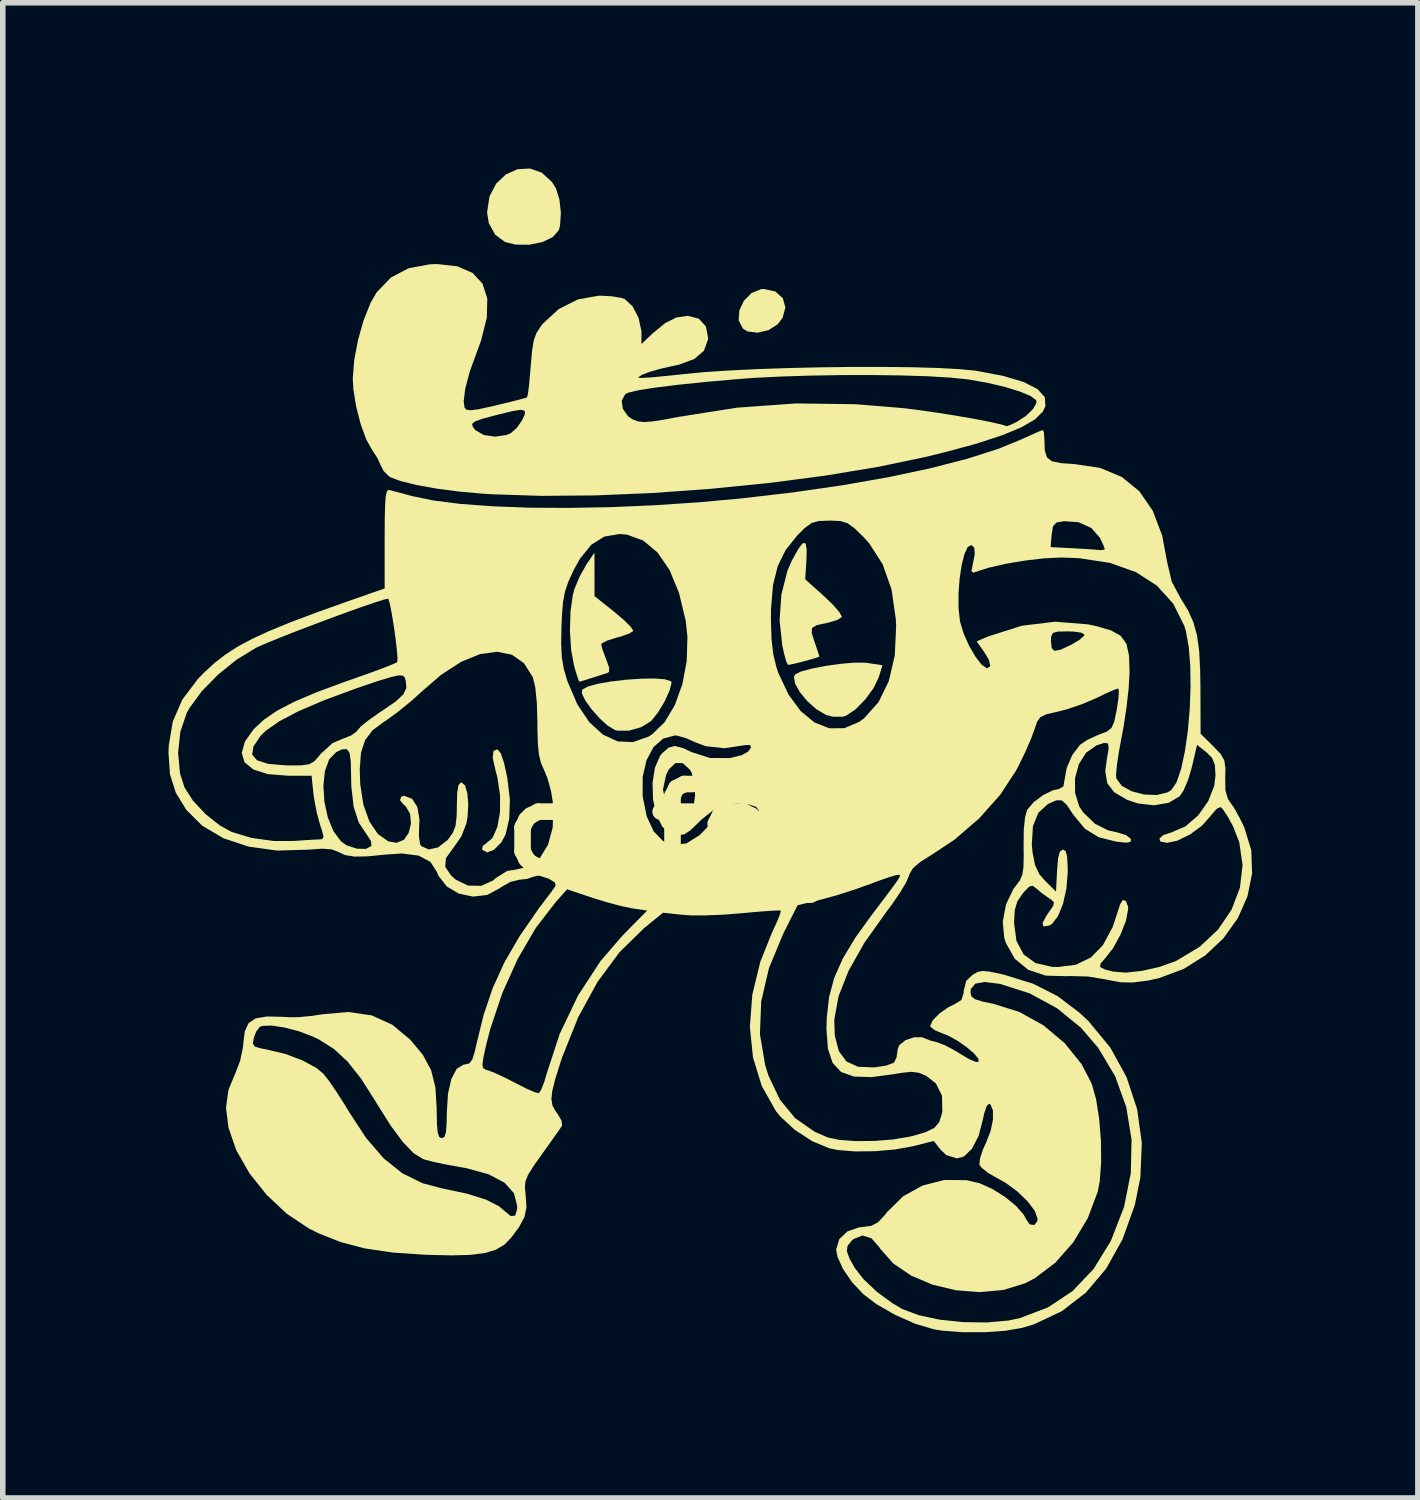
<source format=kicad_pcb>
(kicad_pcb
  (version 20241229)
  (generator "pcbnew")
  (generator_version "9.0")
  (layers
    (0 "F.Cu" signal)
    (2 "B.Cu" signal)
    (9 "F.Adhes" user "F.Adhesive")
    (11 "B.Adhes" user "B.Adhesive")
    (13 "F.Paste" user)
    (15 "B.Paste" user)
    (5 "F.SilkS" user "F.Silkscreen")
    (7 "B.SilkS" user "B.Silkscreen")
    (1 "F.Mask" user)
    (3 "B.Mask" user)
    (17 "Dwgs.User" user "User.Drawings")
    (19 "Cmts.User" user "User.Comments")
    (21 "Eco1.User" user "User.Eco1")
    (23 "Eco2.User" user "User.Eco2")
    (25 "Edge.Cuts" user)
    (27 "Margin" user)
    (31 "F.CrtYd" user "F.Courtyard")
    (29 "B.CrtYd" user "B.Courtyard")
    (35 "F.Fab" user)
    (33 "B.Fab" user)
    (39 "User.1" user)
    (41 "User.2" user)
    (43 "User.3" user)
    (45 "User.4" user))
  (footprint "cafege"
    (layer "F.Cu")
    (at 9.838 11.964)
    (property "Reference" "cafege" (at 0 0 0) (layer "F.SilkS") (effects (font (size 1.5 1.5) (thickness 0.3))))
    (attr board_only exclude_from_pos_files exclude_from_bom)
    (fp_poly (pts (xy 1.148 -9.737) (xy 1.282 -9.616) (xy 1.329 -9.448) (xy 1.278 -9.261) (xy 1.188 -9.142) (xy 1.022 -9.037) (xy 0.826 -8.992) (xy 0.645 -9.014) (xy 0.559 -9.066) (xy 0.483 -9.217) (xy 0.496 -9.396) (xy 0.579 -9.571) (xy 0.717 -9.71) (xy 0.891 -9.78) (xy 0.937 -9.783)) (stroke (width 0) (type solid)) (fill yes) (layer "F.SilkS"))
    (fp_poly (pts (xy -3.082 -11.889) (xy -2.896 -11.719) (xy -2.825 -11.606) (xy -2.762 -11.406) (xy -2.735 -11.16) (xy -2.75 -10.931) (xy -2.772 -10.849) (xy -2.879 -10.724) (xy -3.069 -10.632) (xy -3.306 -10.584) (xy -3.553 -10.586) (xy -3.746 -10.633) (xy -3.925 -10.766) (xy -4.04 -10.976) (xy -4.071 -11.17) (xy -4.026 -11.46) (xy -3.905 -11.692) (xy -3.729 -11.858) (xy -3.519 -11.951) (xy -3.296 -11.964)) (stroke (width 0) (type solid)) (fill yes) (layer "F.SilkS"))
    (fp_poly (pts (xy 2.811 -3.013) (xy 3.086 -2.972) (xy 3.02 -2.756) (xy 2.926 -2.559) (xy 2.777 -2.355) (xy 2.604 -2.178) (xy 2.437 -2.063) (xy 2.37 -2.04) (xy 2.193 -2.04) (xy 2.066 -2.072) (xy 1.893 -2.173) (xy 1.728 -2.319) (xy 1.592 -2.483) (xy 1.504 -2.64) (xy 1.484 -2.764) (xy 1.505 -2.805) (xy 1.61 -2.858) (xy 1.803 -2.91) (xy 2.048 -2.958) (xy 2.313 -2.996) (xy 2.562 -3.018) (xy 2.763 -3.018)) (stroke (width 0) (type solid)) (fill yes) (layer "F.SilkS"))
    (fp_poly (pts (xy -3.821 -1.375) (xy -3.762 -1.197) (xy -3.704 -0.928) (xy -3.658 -0.541) (xy -3.67 -0.193) (xy -3.735 0.09) (xy -3.811 0.232) (xy -3.945 0.368) (xy -4.069 0.417) (xy -4.159 0.37) (xy -4.161 0.368) (xy -4.149 0.296) (xy -4.103 0.266) (xy -3.974 0.155) (xy -3.884 -0.046) (xy -3.837 -0.314) (xy -3.836 -0.622) (xy -3.885 -0.945) (xy -3.918 -1.068) (xy -3.968 -1.29) (xy -3.956 -1.413) (xy -3.945 -1.426) (xy -3.881 -1.449)) (stroke (width 0) (type solid)) (fill yes) (layer "F.SilkS"))
    (fp_poly (pts (xy -0.856 -2.718) (xy -0.747 -2.685) (xy -0.731 -2.658) (xy -0.767 -2.514) (xy -0.855 -2.321) (xy -0.971 -2.126) (xy -1.09 -1.974) (xy -1.107 -1.957) (xy -1.286 -1.849) (xy -1.506 -1.787) (xy -1.71 -1.787) (xy -1.762 -1.802) (xy -1.893 -1.883) (xy -2.039 -2.016) (xy -2.179 -2.175) (xy -2.292 -2.332) (xy -2.355 -2.461) (xy -2.35 -2.531) (xy -2.243 -2.588) (xy -2.056 -2.638) (xy -1.817 -2.679) (xy -1.551 -2.71) (xy -1.284 -2.728) (xy -1.044 -2.732)) (stroke (width 0) (type solid)) (fill yes) (layer "F.SilkS"))
    (fp_poly (pts (xy 1.696 -5.178) (xy 1.715 -5.058) (xy 1.71 -4.877) (xy 1.688 -4.527) (xy 2.037 -4.215) (xy 2.197 -4.06) (xy 2.308 -3.93) (xy 2.35 -3.851) (xy 2.348 -3.842) (xy 2.268 -3.792) (xy 2.119 -3.746) (xy 2.082 -3.738) (xy 1.898 -3.698) (xy 1.812 -3.647) (xy 1.806 -3.554) (xy 1.857 -3.394) (xy 1.91 -3.239) (xy 1.941 -3.142) (xy 1.944 -3.129) (xy 1.893 -3.108) (xy 1.766 -3.071) (xy 1.609 -3.029) (xy 1.466 -2.994) (xy 1.379 -2.978) (xy 1.375 -2.978) (xy 1.348 -3.032) (xy 1.308 -3.172) (xy 1.273 -3.327) (xy 1.224 -3.785) (xy 1.256 -4.25) (xy 1.365 -4.679) (xy 1.44 -4.854) (xy 1.562 -5.076) (xy 1.646 -5.184)) (stroke (width 0) (type solid)) (fill yes) (layer "F.SilkS"))
    (fp_poly (pts (xy -2.126 -4.617) (xy -2.126 -4.223) (xy -1.76 -3.932) (xy -1.591 -3.788) (xy -1.472 -3.669) (xy -1.424 -3.597) (xy -1.425 -3.59) (xy -1.498 -3.546) (xy -1.647 -3.493) (xy -1.731 -3.47) (xy -1.893 -3.419) (xy -1.991 -3.369) (xy -2.005 -3.349) (xy -1.984 -3.263) (xy -1.93 -3.116) (xy -1.913 -3.075) (xy -1.86 -2.924) (xy -1.865 -2.85) (xy -1.898 -2.83) (xy -2.005 -2.796) (xy -2.165 -2.745) (xy -2.181 -2.74) (xy -2.321 -2.696) (xy -2.398 -2.674) (xy -2.401 -2.674) (xy -2.424 -2.726) (xy -2.467 -2.861) (xy -2.496 -2.962) (xy -2.55 -3.252) (xy -2.571 -3.596) (xy -2.561 -3.944) (xy -2.519 -4.245) (xy -2.492 -4.345) (xy -2.401 -4.565) (xy -2.283 -4.779) (xy -2.27 -4.799) (xy -2.127 -5.011)) (stroke (width 0) (type solid)) (fill yes) (layer "F.SilkS"))
    (fp_poly (pts (xy -4.608 -10.193) (xy -4.334 -10.074) (xy -4.153 -9.879) (xy -4.067 -9.609) (xy -4.075 -9.266) (xy -4.179 -8.851) (xy -4.25 -8.658) (xy -4.384 -8.289) (xy -4.466 -7.98) (xy -4.495 -7.748) (xy -4.478 -7.635) (xy -4.445 -7.598) (xy -4.37 -7.587) (xy -4.231 -7.605) (xy -4.004 -7.654) (xy -3.909 -7.676) (xy -3.669 -7.734) (xy -3.554 -7.763) (xy -1.634 -7.763) (xy -1.614 -7.615) (xy -1.52 -7.479) (xy -1.436 -7.422) (xy -1.342 -7.387) (xy -1.235 -7.374) (xy -1.085 -7.384) (xy -0.867 -7.418) (xy -0.615 -7.466) (xy 0.459 -7.635) (xy 1.519 -7.711) (xy 2.601 -7.697) (xy 3.464 -7.626) (xy 3.765 -7.588) (xy 4.098 -7.54) (xy 4.438 -7.486) (xy 4.758 -7.43) (xy 5.032 -7.377) (xy 5.235 -7.331) (xy 5.335 -7.3) (xy 5.396 -7.319) (xy 5.516 -7.376) (xy 5.518 -7.377) (xy 5.685 -7.486) (xy 5.812 -7.61) (xy 5.874 -7.721) (xy 5.869 -7.77) (xy 5.771 -7.844) (xy 5.577 -7.925) (xy 5.313 -8.007) (xy 5.001 -8.081) (xy 4.668 -8.141) (xy 4.618 -8.148) (xy 4.31 -8.179) (xy 3.904 -8.203) (xy 3.424 -8.218) (xy 2.894 -8.225) (xy 2.339 -8.224) (xy 1.781 -8.215) (xy 1.245 -8.198) (xy 0.755 -8.173) (xy 0.486 -8.153) (xy -0.119 -8.1) (xy -0.627 -8.047) (xy -1.032 -7.997) (xy -1.328 -7.95) (xy -1.512 -7.907) (xy -1.568 -7.881) (xy -1.634 -7.763) (xy -3.554 -7.763) (xy -3.479 -7.782) (xy -3.365 -7.814) (xy -3.347 -7.821) (xy -3.331 -7.886) (xy -3.311 -8.044) (xy -3.291 -8.266) (xy -3.281 -8.386) (xy -3.257 -8.66) (xy -3.227 -8.847) (xy -3.179 -8.982) (xy -3.104 -9.1) (xy -3.064 -9.152) (xy -2.775 -9.419) (xy -2.427 -9.594) (xy -2.049 -9.661) (xy -2.017 -9.662) (xy -1.81 -9.65) (xy -1.638 -9.621) (xy -1.577 -9.599) (xy -1.436 -9.467) (xy -1.329 -9.26) (xy -1.278 -9.027) (xy -1.276 -8.984) (xy -1.276 -8.787) (xy -1.079 -8.974) (xy -0.847 -9.166) (xy -0.641 -9.268) (xy -0.439 -9.297) (xy -0.24 -9.246) (xy -0.11 -9.106) (xy -0.07 -8.899) (xy -0.072 -8.868) (xy -0.145 -8.665) (xy -0.322 -8.514) (xy -0.607 -8.41) (xy -0.699 -8.391) (xy -0.926 -8.34) (xy -1.126 -8.283) (xy -1.27 -8.228) (xy -1.331 -8.185) (xy -1.329 -8.175) (xy -1.263 -8.173) (xy -1.099 -8.183) (xy -0.862 -8.205) (xy -0.573 -8.235) (xy -0.515 -8.242) (xy -0.138 -8.278) (xy 0.32 -8.308) (xy 0.838 -8.333) (xy 1.396 -8.352) (xy 1.975 -8.365) (xy 2.554 -8.372) (xy 3.114 -8.372) (xy 3.635 -8.366) (xy 4.096 -8.353) (xy 4.479 -8.332) (xy 4.762 -8.305) (xy 4.79 -8.301) (xy 5.274 -8.209) (xy 5.642 -8.099) (xy 5.893 -7.971) (xy 6.024 -7.826) (xy 6.037 -7.664) (xy 5.989 -7.562) (xy 5.847 -7.422) (xy 5.603 -7.28) (xy 5.253 -7.135) (xy 4.792 -6.984) (xy 4.216 -6.828) (xy 3.865 -6.742) (xy 2.998 -6.561) (xy 2.042 -6.403) (xy 1.024 -6.27) (xy -0.027 -6.165) (xy -1.083 -6.089) (xy -2.114 -6.046) (xy -3.092 -6.038) (xy -3.989 -6.067) (xy -4.132 -6.076) (xy -4.572 -6.115) (xy -4.986 -6.169) (xy -5.352 -6.235) (xy -5.643 -6.307) (xy -5.834 -6.38) (xy -5.943 -6.486) (xy -5.99 -6.578) (xy -6.06 -6.729) (xy -6.146 -6.86) (xy -6.256 -7.056) (xy -6.358 -7.333) (xy -6.36 -7.341) (xy -4.342 -7.341) (xy -4.329 -7.287) (xy -4.279 -7.225) (xy -4.131 -7.14) (xy -3.926 -7.11) (xy -3.718 -7.14) (xy -3.643 -7.172) (xy -3.532 -7.269) (xy -3.432 -7.415) (xy -3.386 -7.52) (xy -3.389 -7.579) (xy -3.459 -7.596) (xy -3.612 -7.572) (xy -3.862 -7.511) (xy -3.91 -7.499) (xy -4.15 -7.435) (xy -4.288 -7.386) (xy -4.342 -7.341) (xy -6.36 -7.341) (xy -6.44 -7.65) (xy -6.491 -7.966) (xy -6.502 -8.16) (xy -6.476 -8.493) (xy -6.407 -8.86) (xy -6.305 -9.219) (xy -6.181 -9.529) (xy -6.071 -9.721) (xy -5.812 -9.99) (xy -5.493 -10.158) (xy -5.106 -10.23) (xy -4.975 -10.234)) (stroke (width 0) (type solid)) (fill yes) (layer "F.SilkS"))
    (fp_poly (pts (xy 6.01 -7.179) (xy 6.017 -7.064) (xy 6.025 -6.86) (xy 6.064 -6.733) (xy 6.157 -6.663) (xy 6.328 -6.629) (xy 6.555 -6.614) (xy 7.024 -6.545) (xy 7.417 -6.381) (xy 7.735 -6.123) (xy 7.979 -5.769) (xy 8.15 -5.319) (xy 8.242 -4.828) (xy 8.323 -4.485) (xy 8.485 -4.181) (xy 8.62 -3.961) (xy 8.716 -3.746) (xy 8.781 -3.51) (xy 8.82 -3.225) (xy 8.838 -2.865) (xy 8.842 -2.552) (xy 8.845 -1.732) (xy 9.075 -1.506) (xy 9.209 -1.365) (xy 9.275 -1.248) (xy 9.295 -1.104) (xy 9.291 -0.945) (xy 9.295 -0.704) (xy 9.34 -0.55) (xy 9.374 -0.501) (xy 9.452 -0.389) (xy 9.553 -0.207) (xy 9.636 -0.037) (xy 9.762 0.374) (xy 9.778 0.795) (xy 9.694 1.211) (xy 9.519 1.607) (xy 9.261 1.968) (xy 8.932 2.279) (xy 8.539 2.526) (xy 8.092 2.693) (xy 7.893 2.736) (xy 7.621 2.771) (xy 7.399 2.767) (xy 7.163 2.724) (xy 7.129 2.716) (xy 6.805 2.663) (xy 6.477 2.654) (xy 6.433 2.657) (xy 6.043 2.647) (xy 5.725 2.541) (xy 5.483 2.343) (xy 5.32 2.055) (xy 5.291 1.963) (xy 5.266 1.693) (xy 5.469 1.693) (xy 5.512 2.02) (xy 5.642 2.263) (xy 5.857 2.419) (xy 6.157 2.488) (xy 6.258 2.491) (xy 6.586 2.45) (xy 6.857 2.32) (xy 7.077 2.095) (xy 7.254 1.766) (xy 7.39 1.352) (xy 7.438 1.277) (xy 7.495 1.298) (xy 7.531 1.398) (xy 7.534 1.443) (xy 7.495 1.651) (xy 7.397 1.901) (xy 7.263 2.146) (xy 7.127 2.322) (xy 7.035 2.428) (xy 7.026 2.491) (xy 7.112 2.535) (xy 7.261 2.574) (xy 7.49 2.592) (xy 7.784 2.561) (xy 8.098 2.49) (xy 8.389 2.386) (xy 8.416 2.373) (xy 8.83 2.124) (xy 9.163 1.811) (xy 9.407 1.45) (xy 9.557 1.056) (xy 9.605 0.645) (xy 9.545 0.232) (xy 9.433 -0.056) (xy 9.335 -0.234) (xy 9.251 -0.361) (xy 9.206 -0.405) (xy 9.137 -0.372) (xy 9.043 -0.267) (xy 9.024 -0.239) (xy 8.866 -0.064) (xy 8.652 0.093) (xy 8.424 0.204) (xy 8.239 0.243) (xy 8.119 0.22) (xy 8.099 0.166) (xy 8.171 0.103) (xy 8.317 0.054) (xy 8.57 -0.054) (xy 8.8 -0.252) (xy 8.982 -0.509) (xy 9.093 -0.794) (xy 9.115 -0.977) (xy 9.103 -1.172) (xy 9.052 -1.296) (xy 8.948 -1.399) (xy 8.781 -1.531) (xy 8.688 -1.13) (xy 8.618 -0.894) (xy 8.534 -0.699) (xy 8.467 -0.601) (xy 8.269 -0.482) (xy 8.006 -0.437) (xy 7.715 -0.469) (xy 7.514 -0.536) (xy 7.282 -0.672) (xy 7.154 -0.837) (xy 7.12 -1.058) (xy 7.149 -1.279) (xy 7.181 -1.467) (xy 7.17 -1.556) (xy 7.098 -1.566) (xy 6.962 -1.521) (xy 6.773 -1.389) (xy 6.641 -1.18) (xy 6.572 -0.926) (xy 6.573 -0.66) (xy 6.649 -0.415) (xy 6.721 -0.307) (xy 6.935 -0.101) (xy 7.172 0.017) (xy 7.348 0.057) (xy 7.495 0.103) (xy 7.58 0.169) (xy 7.584 0.177) (xy 7.578 0.226) (xy 7.501 0.24) (xy 7.33 0.223) (xy 7.325 0.223) (xy 6.999 0.141) (xy 6.748 -0.015) (xy 6.54 -0.267) (xy 6.53 -0.283) (xy 6.417 -0.451) (xy 6.329 -0.527) (xy 6.231 -0.526) (xy 6.088 -0.462) (xy 6.079 -0.457) (xy 5.908 -0.302) (xy 5.81 -0.057) (xy 5.79 0.268) (xy 5.802 0.41) (xy 5.848 0.645) (xy 5.927 0.812) (xy 6.037 0.937) (xy 6.228 1.124) (xy 6.247 0.744) (xy 6.265 0.522) (xy 6.298 0.402) (xy 6.35 0.365) (xy 6.353 0.365) (xy 6.402 0.393) (xy 6.429 0.491) (xy 6.439 0.681) (xy 6.44 0.775) (xy 6.416 1.074) (xy 6.354 1.349) (xy 6.263 1.572) (xy 6.153 1.713) (xy 6.107 1.74) (xy 6.001 1.757) (xy 5.984 1.695) (xy 6.057 1.558) (xy 6.086 1.516) (xy 6.174 1.389) (xy 6.192 1.321) (xy 6.144 1.273) (xy 6.112 1.253) (xy 5.972 1.154) (xy 5.887 1.082) (xy 5.811 1.022) (xy 5.747 1.032) (xy 5.656 1.124) (xy 5.624 1.162) (xy 5.528 1.302) (xy 5.482 1.458) (xy 5.469 1.682) (xy 5.469 1.693) (xy 5.266 1.693) (xy 5.264 1.67) (xy 5.323 1.358) (xy 5.455 1.081) (xy 5.502 1.019) (xy 5.575 0.921) (xy 5.619 0.818) (xy 5.639 0.678) (xy 5.643 0.468) (xy 5.641 0.314) (xy 5.644 0.009) (xy 5.668 -0.224) (xy 5.705 -0.353) (xy 5.821 -0.491) (xy 5.993 -0.62) (xy 6.173 -0.709) (xy 6.274 -0.729) (xy 6.36 -0.774) (xy 6.38 -0.883) (xy 6.421 -1.112) (xy 6.524 -1.35) (xy 6.662 -1.531) (xy 6.665 -1.534) (xy 6.8 -1.623) (xy 6.984 -1.708) (xy 7.022 -1.722) (xy 7.155 -1.774) (xy 7.233 -1.839) (xy 7.282 -1.95) (xy 7.322 -2.141) (xy 7.329 -2.178) (xy 7.358 -2.372) (xy 7.366 -2.507) (xy 7.354 -2.552) (xy 7.281 -2.527) (xy 7.133 -2.462) (xy 6.952 -2.375) (xy 6.696 -2.266) (xy 6.418 -2.172) (xy 6.253 -2.13) (xy 6.058 -2.086) (xy 5.948 -2.035) (xy 5.885 -1.949) (xy 5.837 -1.805) (xy 5.772 -1.631) (xy 5.668 -1.394) (xy 5.544 -1.139) (xy 5.509 -1.072) (xy 5.218 -0.627) (xy 4.836 -0.198) (xy 4.39 0.186) (xy 4 0.445) (xy 3.773 0.587) (xy 3.637 0.704) (xy 3.573 0.813) (xy 3.566 0.841) (xy 3.515 0.959) (xy 3.406 1.141) (xy 3.257 1.359) (xy 3.159 1.49) (xy 2.762 2.048) (xy 2.474 2.557) (xy 2.291 3.021) (xy 2.214 3.444) (xy 2.223 3.732) (xy 2.297 4.014) (xy 2.435 4.201) (xy 2.646 4.297) (xy 2.938 4.308) (xy 3.152 4.276) (xy 3.294 4.223) (xy 3.342 4.127) (xy 3.343 4.109) (xy 3.365 3.969) (xy 3.39 3.907) (xy 3.501 3.817) (xy 3.66 3.762) (xy 3.805 3.763) (xy 3.827 3.772) (xy 3.958 3.823) (xy 4.075 3.853) (xy 4.215 3.906) (xy 4.399 4.003) (xy 4.498 4.065) (xy 4.658 4.16) (xy 4.781 4.209) (xy 4.824 4.208) (xy 4.824 4.152) (xy 4.744 4.056) (xy 4.61 3.941) (xy 4.447 3.827) (xy 4.281 3.735) (xy 4.182 3.696) (xy 4.035 3.636) (xy 3.955 3.572) (xy 3.95 3.556) (xy 3.999 3.452) (xy 4.122 3.329) (xy 4.283 3.217) (xy 4.39 3.165) (xy 4.516 3.087) (xy 4.557 2.955) (xy 4.557 2.92) (xy 4.603 2.741) (xy 4.715 2.634) (xy 4.805 2.582) (xy 4.896 2.562) (xy 5.021 2.573) (xy 5.218 2.614) (xy 5.296 2.633) (xy 5.813 2.793) (xy 6.254 3.016) (xy 6.657 3.321) (xy 6.815 3.47) (xy 7.209 3.946) (xy 7.504 4.482) (xy 7.696 5.063) (xy 7.781 5.674) (xy 7.755 6.301) (xy 7.655 6.797) (xy 7.432 7.42) (xy 7.136 7.95) (xy 6.769 8.385) (xy 6.333 8.721) (xy 5.83 8.958) (xy 5.619 9.022) (xy 5.312 9.075) (xy 4.936 9.102) (xy 4.539 9.102) (xy 4.172 9.074) (xy 4.017 9.049) (xy 3.683 8.95) (xy 3.32 8.79) (xy 2.979 8.595) (xy 2.738 8.412) (xy 2.535 8.195) (xy 2.372 7.957) (xy 2.271 7.735) (xy 2.253 7.634) (xy 2.441 7.634) (xy 2.489 7.767) (xy 2.582 7.934) (xy 2.745 8.144) (xy 2.983 8.368) (xy 3.259 8.572) (xy 3.445 8.682) (xy 3.744 8.794) (xy 4.123 8.875) (xy 4.545 8.919) (xy 4.972 8.925) (xy 5.366 8.89) (xy 5.569 8.848) (xy 6.084 8.652) (xy 6.529 8.355) (xy 6.906 7.959) (xy 7.212 7.464) (xy 7.226 7.436) (xy 7.46 6.832) (xy 7.582 6.22) (xy 7.595 5.613) (xy 7.499 5.024) (xy 7.297 4.466) (xy 6.991 3.953) (xy 6.678 3.589) (xy 6.249 3.239) (xy 5.754 2.969) (xy 5.23 2.801) (xy 5.208 2.796) (xy 4.938 2.762) (xy 4.767 2.792) (xy 4.687 2.888) (xy 4.679 2.951) (xy 4.696 3.022) (xy 4.762 3.074) (xy 4.904 3.118) (xy 5.101 3.159) (xy 5.565 3.304) (xy 6.001 3.547) (xy 6.384 3.868) (xy 6.692 4.25) (xy 6.873 4.601) (xy 6.953 4.881) (xy 7.009 5.238) (xy 7.041 5.633) (xy 7.045 6.022) (xy 7.02 6.365) (xy 6.984 6.556) (xy 6.803 7.037) (xy 6.541 7.474) (xy 6.216 7.843) (xy 5.844 8.125) (xy 5.664 8.218) (xy 5.275 8.337) (xy 4.849 8.376) (xy 4.413 8.342) (xy 3.989 8.24) (xy 3.604 8.076) (xy 3.281 7.857) (xy 3.045 7.589) (xy 3.028 7.562) (xy 2.886 7.401) (xy 2.725 7.351) (xy 2.563 7.415) (xy 2.526 7.448) (xy 2.454 7.539) (xy 2.441 7.634) (xy 2.253 7.634) (xy 2.248 7.605) (xy 2.304 7.417) (xy 2.453 7.276) (xy 2.67 7.202) (xy 2.723 7.197) (xy 2.884 7.176) (xy 3.003 7.114) (xy 3.126 6.984) (xy 3.173 6.923) (xy 3.461 6.641) (xy 3.814 6.446) (xy 4.205 6.346) (xy 4.607 6.349) (xy 4.845 6.405) (xy 5.075 6.508) (xy 5.307 6.654) (xy 5.508 6.819) (xy 5.646 6.978) (xy 5.682 7.05) (xy 5.75 7.149) (xy 5.834 7.162) (xy 5.89 7.091) (xy 5.894 7.049) (xy 5.845 6.907) (xy 5.714 6.733) (xy 5.528 6.554) (xy 5.312 6.395) (xy 5.17 6.316) (xy 4.997 6.218) (xy 4.875 6.119) (xy 4.841 6.067) (xy 4.852 5.956) (xy 4.909 5.785) (xy 4.962 5.67) (xy 5.043 5.462) (xy 5.086 5.256) (xy 5.086 5.085) (xy 5.043 4.981) (xy 5.015 4.966) (xy 4.971 5.012) (xy 4.927 5.143) (xy 4.907 5.24) (xy 4.827 5.548) (xy 4.707 5.781) (xy 4.56 5.921) (xy 4.434 5.955) (xy 4.244 5.897) (xy 4.139 5.798) (xy 4.015 5.64) (xy 3.629 5.737) (xy 3.312 5.794) (xy 2.953 5.825) (xy 2.594 5.829) (xy 2.28 5.804) (xy 2.125 5.773) (xy 1.814 5.643) (xy 1.501 5.44) (xy 1.238 5.198) (xy 1.159 5.101) (xy 0.901 4.643) (xy 0.743 4.13) (xy 0.699 3.704) (xy 0.868 3.704) (xy 0.964 4.271) (xy 1.023 4.457) (xy 1.228 4.889) (xy 1.503 5.224) (xy 1.855 5.471) (xy 2.096 5.576) (xy 2.31 5.621) (xy 2.603 5.642) (xy 2.938 5.639) (xy 3.274 5.613) (xy 3.574 5.563) (xy 3.617 5.553) (xy 3.867 5.481) (xy 4.024 5.404) (xy 4.113 5.301) (xy 4.161 5.149) (xy 4.17 5.095) (xy 4.164 4.82) (xy 4.054 4.599) (xy 3.879 4.461) (xy 3.748 4.406) (xy 3.615 4.388) (xy 3.435 4.406) (xy 3.307 4.428) (xy 2.89 4.484) (xy 2.57 4.474) (xy 2.338 4.391) (xy 2.184 4.226) (xy 2.099 3.971) (xy 2.072 3.619) (xy 2.078 3.409) (xy 2.119 3.038) (xy 2.212 2.69) (xy 2.367 2.339) (xy 2.595 1.96) (xy 2.873 1.574) (xy 3.084 1.295) (xy 3.232 1.099) (xy 3.327 0.969) (xy 3.38 0.891) (xy 3.401 0.85) (xy 3.401 0.83) (xy 3.393 0.821) (xy 3.328 0.829) (xy 3.179 0.874) (xy 2.972 0.947) (xy 2.889 0.979) (xy 2.593 1.085) (xy 2.27 1.189) (xy 1.989 1.267) (xy 1.981 1.269) (xy 1.55 1.373) (xy 1.293 1.882) (xy 1.033 2.507) (xy 0.891 3.115) (xy 0.868 3.704) (xy 0.699 3.704) (xy 0.686 3.576) (xy 0.73 2.993) (xy 0.875 2.396) (xy 1.087 1.867) (xy 1.175 1.677) (xy 1.232 1.535) (xy 1.247 1.47) (xy 1.247 1.47) (xy 1.182 1.467) (xy 1.021 1.476) (xy 0.789 1.494) (xy 0.537 1.517) (xy 0.215 1.543) (xy -0.106 1.556) (xy -0.38 1.556) (xy -0.519 1.547) (xy -0.886 1.508) (xy -1.226 1.785) (xy -1.672 2.221) (xy -2.072 2.761) (xy -2.42 3.397) (xy -2.709 4.118) (xy -2.738 4.204) (xy -2.835 4.511) (xy -2.89 4.729) (xy -2.907 4.884) (xy -2.886 5.001) (xy -2.828 5.105) (xy -2.796 5.147) (xy -2.723 5.271) (xy -2.713 5.361) (xy -2.714 5.364) (xy -2.765 5.439) (xy -2.869 5.586) (xy -3.007 5.781) (xy -3.082 5.885) (xy -3.237 6.105) (xy -3.331 6.257) (xy -3.377 6.374) (xy -3.386 6.487) (xy -3.372 6.627) (xy -3.372 6.63) (xy -3.358 6.838) (xy -3.393 7.014) (xy -3.491 7.197) (xy -3.637 7.394) (xy -3.76 7.519) (xy -3.912 7.609) (xy -4.111 7.669) (xy -4.376 7.702) (xy -4.724 7.711) (xy -5.175 7.7) (xy -5.182 7.7) (xy -5.775 7.66) (xy -6.278 7.586) (xy -6.716 7.472) (xy -7.12 7.312) (xy -7.298 7.223) (xy -7.695 6.959) (xy -8.06 6.617) (xy -8.373 6.224) (xy -8.611 5.807) (xy -8.752 5.4) (xy -8.797 5.037) (xy -8.752 4.713) (xy -8.623 4.402) (xy -8.54 4.184) (xy -8.489 3.938) (xy -8.484 3.878) (xy -8.31 3.878) (xy -8.272 3.933) (xy -8.151 3.967) (xy -8.072 3.981) (xy -7.73 4.062) (xy -7.414 4.18) (xy -7.158 4.319) (xy -7.036 4.421) (xy -6.936 4.547) (xy -6.799 4.746) (xy -6.648 4.983) (xy -6.574 5.107) (xy -6.26 5.586) (xy -5.942 5.955) (xy -5.606 6.224) (xy -5.238 6.405) (xy -4.882 6.499) (xy -4.428 6.595) (xy -4.089 6.702) (xy -3.856 6.821) (xy -3.77 6.894) (xy -3.643 6.999) (xy -3.562 6.992) (xy -3.527 6.873) (xy -3.526 6.817) (xy -3.584 6.586) (xy -3.755 6.395) (xy -4.039 6.245) (xy -4.437 6.134) (xy -4.564 6.111) (xy -4.82 6.065) (xy -5.047 6.017) (xy -5.205 5.975) (xy -5.23 5.967) (xy -5.4 5.861) (xy -5.592 5.663) (xy -5.812 5.367) (xy -6.066 4.964) (xy -6.1 4.907) (xy -6.355 4.507) (xy -6.596 4.203) (xy -6.842 3.975) (xy -7.112 3.804) (xy -7.231 3.747) (xy -7.484 3.652) (xy -7.743 3.585) (xy -7.972 3.551) (xy -8.139 3.557) (xy -8.185 3.574) (xy -8.251 3.661) (xy -8.295 3.777) (xy -8.31 3.878) (xy -8.484 3.878) (xy -8.484 3.873) (xy -8.457 3.654) (xy -8.389 3.507) (xy -8.261 3.421) (xy -8.056 3.386) (xy -7.754 3.393) (xy -7.656 3.4) (xy -7.481 3.398) (xy -7.245 3.376) (xy -7.056 3.347) (xy -6.578 3.305) (xy -6.158 3.367) (xy -5.786 3.536) (xy -5.46 3.808) (xy -5.231 4.084) (xy -5.084 4.358) (xy -5.007 4.668) (xy -4.983 5.052) (xy -4.983 5.072) (xy -4.979 5.33) (xy -4.965 5.489) (xy -4.937 5.569) (xy -4.892 5.59) (xy -4.843 5.566) (xy -4.815 5.48) (xy -4.803 5.309) (xy -4.8 5.137) (xy -4.779 4.787) (xy -4.717 4.515) (xy -4.62 4.333) (xy -4.494 4.256) (xy -4.156 4.256) (xy -4.142 4.32) (xy -4.095 4.35) (xy -4.052 4.362) (xy -3.931 4.408) (xy -3.746 4.494) (xy -3.555 4.592) (xy -3.364 4.689) (xy -3.213 4.755) (xy -3.136 4.776) (xy -3.092 4.715) (xy -3.036 4.572) (xy -2.999 4.443) (xy -2.757 3.703) (xy -2.425 3.008) (xy -2.016 2.381) (xy -1.616 1.918) (xy -1.173 1.469) (xy -1.445 1.429) (xy -1.64 1.388) (xy -1.896 1.32) (xy -2.158 1.24) (xy -2.169 1.236) (xy -2.622 1.084) (xy -2.83 1.317) (xy -3.19 1.785) (xy -3.517 2.345) (xy -3.796 2.965) (xy -4.015 3.617) (xy -4.09 3.911) (xy -4.137 4.129) (xy -4.156 4.256) (xy -4.494 4.256) (xy -4.493 4.256) (xy -4.467 4.254) (xy -4.391 4.235) (xy -4.337 4.162) (xy -4.29 4.009) (xy -4.264 3.89) (xy -4.133 3.355) (xy -3.968 2.869) (xy -3.755 2.403) (xy -3.481 1.931) (xy -3.132 1.426) (xy -2.899 1.119) (xy -2.83 1.019) (xy -2.844 0.959) (xy -2.953 0.894) (xy -2.963 0.889) (xy -3.136 0.834) (xy -3.224 0.854) (xy -3.348 0.896) (xy -3.485 0.911) (xy -3.648 0.95) (xy -3.818 1.046) (xy -3.839 1.063) (xy -4.067 1.186) (xy -4.324 1.216) (xy -4.579 1.163) (xy -4.798 1.035) (xy -4.951 0.84) (xy -4.978 0.773) (xy -5.097 0.587) (xy -5.307 0.475) (xy -5.61 0.436) (xy -5.907 0.455) (xy -6.237 0.488) (xy -6.474 0.492) (xy -6.644 0.464) (xy -6.768 0.406) (xy -6.884 0.361) (xy -7.058 0.349) (xy -7.316 0.367) (xy -7.871 0.383) (xy -8.384 0.312) (xy -8.841 0.161) (xy -9.226 -0.066) (xy -9.516 -0.355) (xy -9.706 -0.665) (xy -9.811 -0.997) (xy -9.838 -1.385) (xy -9.664 -1.385) (xy -9.629 -1.012) (xy -9.548 -0.76) (xy -9.395 -0.52) (xy -9.168 -0.278) (xy -8.907 -0.071) (xy -8.698 0.044) (xy -8.34 0.153) (xy -7.932 0.21) (xy -7.565 0.209) (xy -7.359 0.194) (xy -7.186 0.184) (xy -7.132 0.183) (xy -7.055 0.176) (xy -7.031 0.134) (xy -7.057 0.028) (xy -7.092 -0.076) (xy -7.153 -0.299) (xy -7.202 -0.557) (xy -7.215 -0.653) (xy -7.229 -0.79) (xy -7.034 -0.79) (xy -7.016 -0.503) (xy -6.955 -0.221) (xy -6.854 0.028) (xy -6.717 0.215) (xy -6.613 0.288) (xy -6.428 0.349) (xy -6.265 0.353) (xy -6.166 0.301) (xy -6.165 0.299) (xy -6.172 0.212) (xy -6.243 0.102) (xy -6.394 -0.125) (xy -6.487 -0.413) (xy -6.529 -0.784) (xy -6.532 -0.957) (xy -6.535 -1.087) (xy -6.376 -1.087) (xy -6.367 -0.82) (xy -6.311 -0.451) (xy -6.202 -0.145) (xy -6.049 0.082) (xy -5.861 0.215) (xy -5.714 0.243) (xy -5.579 0.191) (xy -5.489 0.061) (xy -5.448 -0.109) (xy -5.465 -0.283) (xy -5.547 -0.423) (xy -5.587 -0.453) (xy -5.648 -0.531) (xy -5.62 -0.596) (xy -5.569 -0.608) (xy -5.427 -0.553) (xy -5.332 -0.404) (xy -5.295 -0.181) (xy -5.3 -0.065) (xy -5.305 0.128) (xy -5.284 0.266) (xy -5.265 0.301) (xy -5.127 0.363) (xy -4.959 0.326) (xy -4.792 0.197) (xy -4.775 0.178) (xy -4.689 0.058) (xy -4.641 -0.069) (xy -4.621 -0.245) (xy -4.618 -0.43) (xy -4.612 -0.666) (xy -4.589 -0.799) (xy -4.548 -0.849) (xy -4.535 -0.851) (xy -4.47 -0.796) (xy -4.428 -0.653) (xy -4.411 -0.454) (xy -4.424 -0.23) (xy -4.445 -0.108) (xy -4.538 0.129) (xy -4.684 0.338) (xy -4.688 0.343) (xy -4.816 0.52) (xy -4.828 0.677) (xy -4.723 0.834) (xy -4.637 0.91) (xy -4.415 1.017) (xy -4.177 1.021) (xy -3.962 0.924) (xy -3.914 0.881) (xy -3.707 0.752) (xy -3.56 0.729) (xy -3.315 0.674) (xy -3.115 0.517) (xy -2.967 0.276) (xy -2.883 -0.035) (xy -2.87 -0.4) (xy -2.873 -0.441) (xy -2.899 -0.606) (xy -1.255 -0.606) (xy -1.254 -0.597) (xy -1.181 -0.235) (xy -1.054 0.037) (xy -0.884 0.212) (xy -0.682 0.285) (xy -0.458 0.251) (xy -0.225 0.104) (xy -0.107 -0.014) (xy 0.026 -0.158) (xy 0.132 -0.234) (xy 0.261 -0.264) (xy 0.458 -0.268) (xy 0.485 -0.267) (xy 0.71 -0.274) (xy 0.827 -0.303) (xy 0.851 -0.339) (xy 0.796 -0.41) (xy 0.655 -0.455) (xy 0.46 -0.469) (xy 0.264 -0.45) (xy 0.045 -0.365) (xy -0.184 -0.183) (xy -0.231 -0.137) (xy -0.388 0.015) (xy -0.501 0.089) (xy -0.601 0.103) (xy -0.657 0.094) (xy -0.808 0.028) (xy -0.898 -0.047) (xy -1.008 -0.267) (xy -1.067 -0.544) (xy -1.072 -0.722) (xy -0.887 -0.722) (xy -0.829 -0.457) (xy -0.754 -0.319) (xy -0.633 -0.201) (xy -0.499 -0.204) (xy -0.399 -0.278) (xy -0.333 -0.413) (xy -0.306 -0.614) (xy -0.317 -0.834) (xy -0.367 -1.023) (xy -0.398 -1.08) (xy -0.529 -1.2) (xy -0.661 -1.201) (xy -0.78 -1.088) (xy -0.828 -0.994) (xy -0.887 -0.722) (xy -1.072 -0.722) (xy -1.076 -0.841) (xy -1.033 -1.116) (xy -0.939 -1.332) (xy -0.903 -1.377) (xy -0.785 -1.48) (xy -0.671 -1.511) (xy -0.521 -1.471) (xy -0.365 -1.398) (xy -0.035 -1.293) (xy 0.321 -1.291) (xy 0.541 -1.344) (xy 0.653 -1.407) (xy 0.706 -1.479) (xy 0.691 -1.528) (xy 0.6 -1.526) (xy 0.229 -1.47) (xy -0.111 -1.506) (xy -0.291 -1.573) (xy -0.471 -1.652) (xy -0.627 -1.697) (xy -0.668 -1.701) (xy -0.883 -1.645) (xy -1.058 -1.49) (xy -1.185 -1.252) (xy -1.254 -0.952) (xy -1.255 -0.606) (xy -2.899 -0.606) (xy -2.913 -0.691) (xy -2.98 -0.934) (xy -3.033 -1.061) (xy -3.094 -1.199) (xy -3.132 -1.352) (xy -3.152 -1.555) (xy -3.16 -1.838) (xy -3.16 -1.929) (xy -3.17 -2.293) (xy -3.199 -2.576) (xy -3.244 -2.757) (xy -3.403 -3.009) (xy -3.621 -3.162) (xy -3.889 -3.216) (xy -4.197 -3.174) (xy -4.536 -3.036) (xy -4.897 -2.803) (xy -5.216 -2.529) (xy -5.442 -2.325) (xy -5.683 -2.129) (xy -5.893 -1.976) (xy -5.939 -1.947) (xy -6.144 -1.794) (xy -6.279 -1.616) (xy -6.354 -1.388) (xy -6.376 -1.087) (xy -6.535 -1.087) (xy -6.538 -1.223) (xy -6.56 -1.383) (xy -6.609 -1.453) (xy -6.694 -1.45) (xy -6.801 -1.4) (xy -6.93 -1.267) (xy -7.007 -1.054) (xy -7.034 -0.79) (xy -7.229 -0.79) (xy -7.248 -0.972) (xy -7.68 -0.972) (xy -8.039 -1.001) (xy -8.3 -1.084) (xy -8.46 -1.214) (xy -8.503 -1.354) (xy -8.323 -1.354) (xy -8.235 -1.251) (xy -8.036 -1.187) (xy -7.723 -1.16) (xy -7.648 -1.158) (xy -7.43 -1.16) (xy -7.294 -1.179) (xy -7.202 -1.23) (xy -7.114 -1.327) (xy -7.085 -1.365) (xy -6.867 -1.563) (xy -6.689 -1.639) (xy -6.531 -1.701) (xy -6.43 -1.774) (xy -6.419 -1.792) (xy -6.355 -1.865) (xy -6.213 -1.979) (xy -6.021 -2.114) (xy -5.957 -2.156) (xy -5.725 -2.315) (xy -5.588 -2.443) (xy -5.532 -2.56) (xy -5.543 -2.689) (xy -5.564 -2.754) (xy -5.596 -2.784) (xy -5.669 -2.788) (xy -5.8 -2.76) (xy -6.006 -2.699) (xy -6.303 -2.6) (xy -6.444 -2.551) (xy -7.019 -2.339) (xy -7.48 -2.142) (xy -7.831 -1.958) (xy -8.078 -1.785) (xy -8.176 -1.687) (xy -8.302 -1.498) (xy -8.323 -1.354) (xy -8.503 -1.354) (xy -8.512 -1.385) (xy -8.454 -1.592) (xy -8.296 -1.814) (xy -8.113 -1.984) (xy -7.876 -2.147) (xy -7.568 -2.308) (xy -7.176 -2.476) (xy -6.683 -2.659) (xy -6.563 -2.701) (xy -6.265 -2.806) (xy -6.01 -2.899) (xy -5.817 -2.974) (xy -5.71 -3.021) (xy -5.697 -3.03) (xy -5.692 -3.099) (xy -5.704 -3.254) (xy -5.717 -3.361) (xy -2.73 -3.361) (xy -2.718 -3.12) (xy -2.684 -2.914) (xy -2.622 -2.699) (xy -2.614 -2.677) (xy -2.437 -2.264) (xy -2.221 -1.942) (xy -1.975 -1.717) (xy -1.709 -1.594) (xy -1.43 -1.58) (xy -1.149 -1.68) (xy -1.088 -1.718) (xy -0.858 -1.939) (xy -0.672 -2.251) (xy -0.536 -2.629) (xy -0.457 -3.049) (xy -0.444 -3.486) (xy -0.476 -3.782) (xy -0.48 -3.798) (xy 1.067 -3.798) (xy 1.078 -3.446) (xy 1.109 -3.174) (xy 1.166 -2.938) (xy 1.201 -2.834) (xy 1.384 -2.444) (xy 1.605 -2.142) (xy 1.855 -1.936) (xy 2.122 -1.831) (xy 2.395 -1.832) (xy 2.664 -1.946) (xy 2.753 -2.011) (xy 3.016 -2.305) (xy 3.202 -2.687) (xy 3.309 -3.147) (xy 3.334 -3.677) (xy 3.328 -3.806) (xy 3.261 -4.273) (xy 4.463 -4.273) (xy 4.463 -4.011) (xy 4.488 -3.778) (xy 4.494 -3.752) (xy 4.556 -3.545) (xy 4.653 -3.328) (xy 4.767 -3.131) (xy 4.879 -2.984) (xy 4.973 -2.918) (xy 4.983 -2.917) (xy 5.04 -2.957) (xy 5.012 -3.072) (xy 4.917 -3.227) (xy 4.792 -3.403) (xy 6.137 -3.403) (xy 6.15 -3.28) (xy 6.201 -3.231) (xy 6.313 -3.254) (xy 6.504 -3.343) (xy 6.65 -3.43) (xy 6.736 -3.504) (xy 6.745 -3.526) (xy 6.69 -3.56) (xy 6.551 -3.581) (xy 6.441 -3.585) (xy 6.261 -3.581) (xy 6.172 -3.557) (xy 6.141 -3.493) (xy 6.137 -3.403) (xy 4.792 -3.403) (xy 4.791 -3.405) (xy 5.008 -3.496) (xy 5.61 -3.687) (xy 6.211 -3.76) (xy 6.805 -3.712) (xy 6.95 -3.682) (xy 7.221 -3.604) (xy 7.399 -3.505) (xy 7.503 -3.36) (xy 7.55 -3.145) (xy 7.559 -2.839) (xy 7.543 -2.555) (xy 7.504 -2.209) (xy 7.451 -1.855) (xy 7.418 -1.686) (xy 7.367 -1.409) (xy 7.331 -1.168) (xy 7.315 -0.994) (xy 7.319 -0.922) (xy 7.419 -0.789) (xy 7.599 -0.69) (xy 7.823 -0.632) (xy 8.052 -0.623) (xy 8.248 -0.671) (xy 8.316 -0.714) (xy 8.41 -0.854) (xy 8.492 -1.093) (xy 8.56 -1.407) (xy 8.613 -1.773) (xy 8.648 -2.17) (xy 8.663 -2.573) (xy 8.658 -2.961) (xy 8.63 -3.31) (xy 8.577 -3.597) (xy 8.551 -3.683) (xy 8.35 -4.086) (xy 8.056 -4.411) (xy 7.673 -4.658) (xy 7.202 -4.825) (xy 6.645 -4.91) (xy 6.314 -4.922) (xy 6.01 -4.907) (xy 5.661 -4.866) (xy 5.312 -4.807) (xy 5.008 -4.737) (xy 4.845 -4.685) (xy 4.729 -4.648) (xy 4.697 -4.678) (xy 4.716 -4.773) (xy 4.757 -4.982) (xy 4.748 -5.1) (xy 4.737 -5.11) (xy 6.13 -5.11) (xy 6.544 -5.089) (xy 6.765 -5.076) (xy 6.941 -5.064) (xy 7.034 -5.055) (xy 7.104 -5.065) (xy 7.11 -5.077) (xy 7.084 -5.149) (xy 7.023 -5.277) (xy 7.021 -5.281) (xy 6.866 -5.457) (xy 6.636 -5.561) (xy 6.372 -5.58) (xy 6.236 -5.555) (xy 6.174 -5.489) (xy 6.15 -5.342) (xy 6.149 -5.335) (xy 6.13 -5.11) (xy 4.737 -5.11) (xy 4.698 -5.147) (xy 4.631 -5.115) (xy 4.571 -4.986) (xy 4.52 -4.786) (xy 4.483 -4.54) (xy 4.463 -4.273) (xy 3.261 -4.273) (xy 3.25 -4.346) (xy 3.088 -4.804) (xy 2.84 -5.187) (xy 2.734 -5.302) (xy 2.573 -5.458) (xy 2.451 -5.544) (xy 2.326 -5.582) (xy 2.156 -5.59) (xy 2.125 -5.59) (xy 1.937 -5.583) (xy 1.807 -5.548) (xy 1.686 -5.462) (xy 1.546 -5.323) (xy 1.335 -5.06) (xy 1.191 -4.768) (xy 1.105 -4.423) (xy 1.069 -3.997) (xy 1.067 -3.798) (xy -0.48 -3.798) (xy -0.597 -4.283) (xy -0.768 -4.696) (xy -0.986 -5.013) (xy -1.244 -5.229) (xy -1.538 -5.336) (xy -1.676 -5.347) (xy -1.948 -5.301) (xy -2.183 -5.154) (xy -2.389 -4.901) (xy -2.504 -4.694) (xy -2.598 -4.488) (xy -2.659 -4.31) (xy -2.696 -4.119) (xy -2.716 -3.872) (xy -2.724 -3.68) (xy -2.73 -3.361) (xy -5.717 -3.361) (xy -5.729 -3.463) (xy -5.761 -3.692) (xy -5.797 -3.909) (xy -5.83 -4.08) (xy -5.857 -4.171) (xy -5.86 -4.176) (xy -5.921 -4.165) (xy -6.075 -4.117) (xy -6.302 -4.04) (xy -6.581 -3.941) (xy -6.893 -3.827) (xy -7.216 -3.705) (xy -7.531 -3.585) (xy -7.818 -3.472) (xy -8.056 -3.375) (xy -8.226 -3.301) (xy -8.26 -3.284) (xy -8.607 -3.071) (xy -8.943 -2.8) (xy -9.238 -2.498) (xy -9.459 -2.196) (xy -9.508 -2.107) (xy -9.624 -1.766) (xy -9.664 -1.385) (xy -9.838 -1.385) (xy -9.838 -1.388) (xy -9.833 -1.518) (xy -9.76 -1.954) (xy -9.588 -2.349) (xy -9.307 -2.722) (xy -9.195 -2.837) (xy -9.01 -3.008) (xy -8.814 -3.161) (xy -8.592 -3.305) (xy -8.33 -3.446) (xy -8.014 -3.592) (xy -7.628 -3.75) (xy -7.158 -3.927) (xy -6.59 -4.13) (xy -6.441 -4.182) (xy -5.925 -4.362) (xy -5.925 -5.265) (xy -5.923 -5.617) (xy -5.917 -5.865) (xy -5.906 -6.024) (xy -5.887 -6.112) (xy -5.858 -6.144) (xy -5.833 -6.143) (xy -5.724 -6.114) (xy -5.548 -6.066) (xy -5.439 -6.036) (xy -5.048 -5.955) (xy -4.552 -5.892) (xy -3.967 -5.849) (xy -3.307 -5.824) (xy -2.589 -5.82) (xy -1.827 -5.834) (xy -1.036 -5.868) (xy -0.232 -5.922) (xy 0.517 -5.99) (xy 1.47 -6.101) (xy 2.368 -6.231) (xy 3.199 -6.377) (xy 3.952 -6.537) (xy 4.616 -6.708) (xy 5.18 -6.888) (xy 5.582 -7.052) (xy 5.777 -7.14) (xy 5.923 -7.205) (xy 5.991 -7.231) (xy 5.992 -7.231)) (stroke (width 0) (type solid)) (fill yes) (layer "F.SilkS")))
  (gr_rect
    (start -3 -3)
    (end 22.616 24.066)
    (stroke (width 0.1) (type default))
    (fill no)
    (layer "Edge.Cuts")))
</source>
